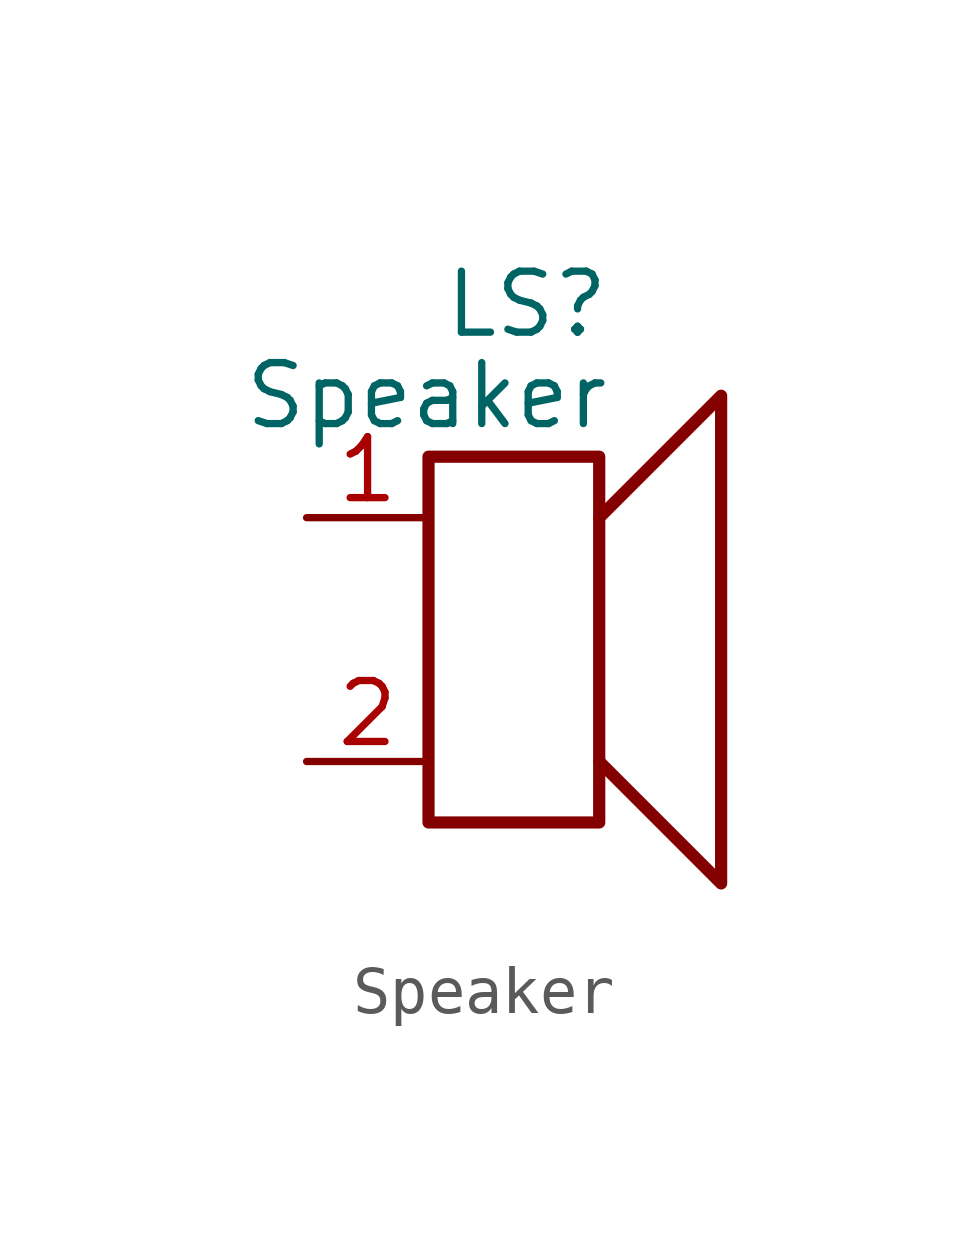
<source format=kicad_sym>
(kicad_symbol_lib
  (version 20220914)
  (generator kicad_symbol_editor)
  (symbol "Speaker"
    (pin_names
      (offset 0.002) hide)
    (property "Reference" "LS"
      (at 1.27 5.715 0)
      (effects (font (size 1.27 1.27)) (justify right)))
    (property "Value" "Speaker"
      (at 1.27 3.81 0)
      (effects (font (size 1.27 1.27)) (justify right)))
    (symbol "Speaker_0_0"
      (rectangle (start -2.54 2.54) (end 1.016 -5.08) (stroke (width 0.254) (type default)) (fill (type none)))
      (polyline (pts (xy 1.016 1.27) (xy 3.556 3.81) (xy 3.556 -6.35) (xy 1.016 -3.81)) (stroke (width 0.254) (type default)) (fill (type none))))
    (symbol "Speaker_1_1"
      (pin input line (at -5.08 1.27 0) (length 2.54) (name "1" (effects (font (size 1.27 1.27)))) (number "1" (effects (font (size 1.27 1.27)))))
      (pin input line (at -5.08 -3.81 0) (length 2.54) (name "2" (effects (font (size 1.27 1.27)))) (number "2" (effects (font (size 1.27 1.27))))))))
</source>
